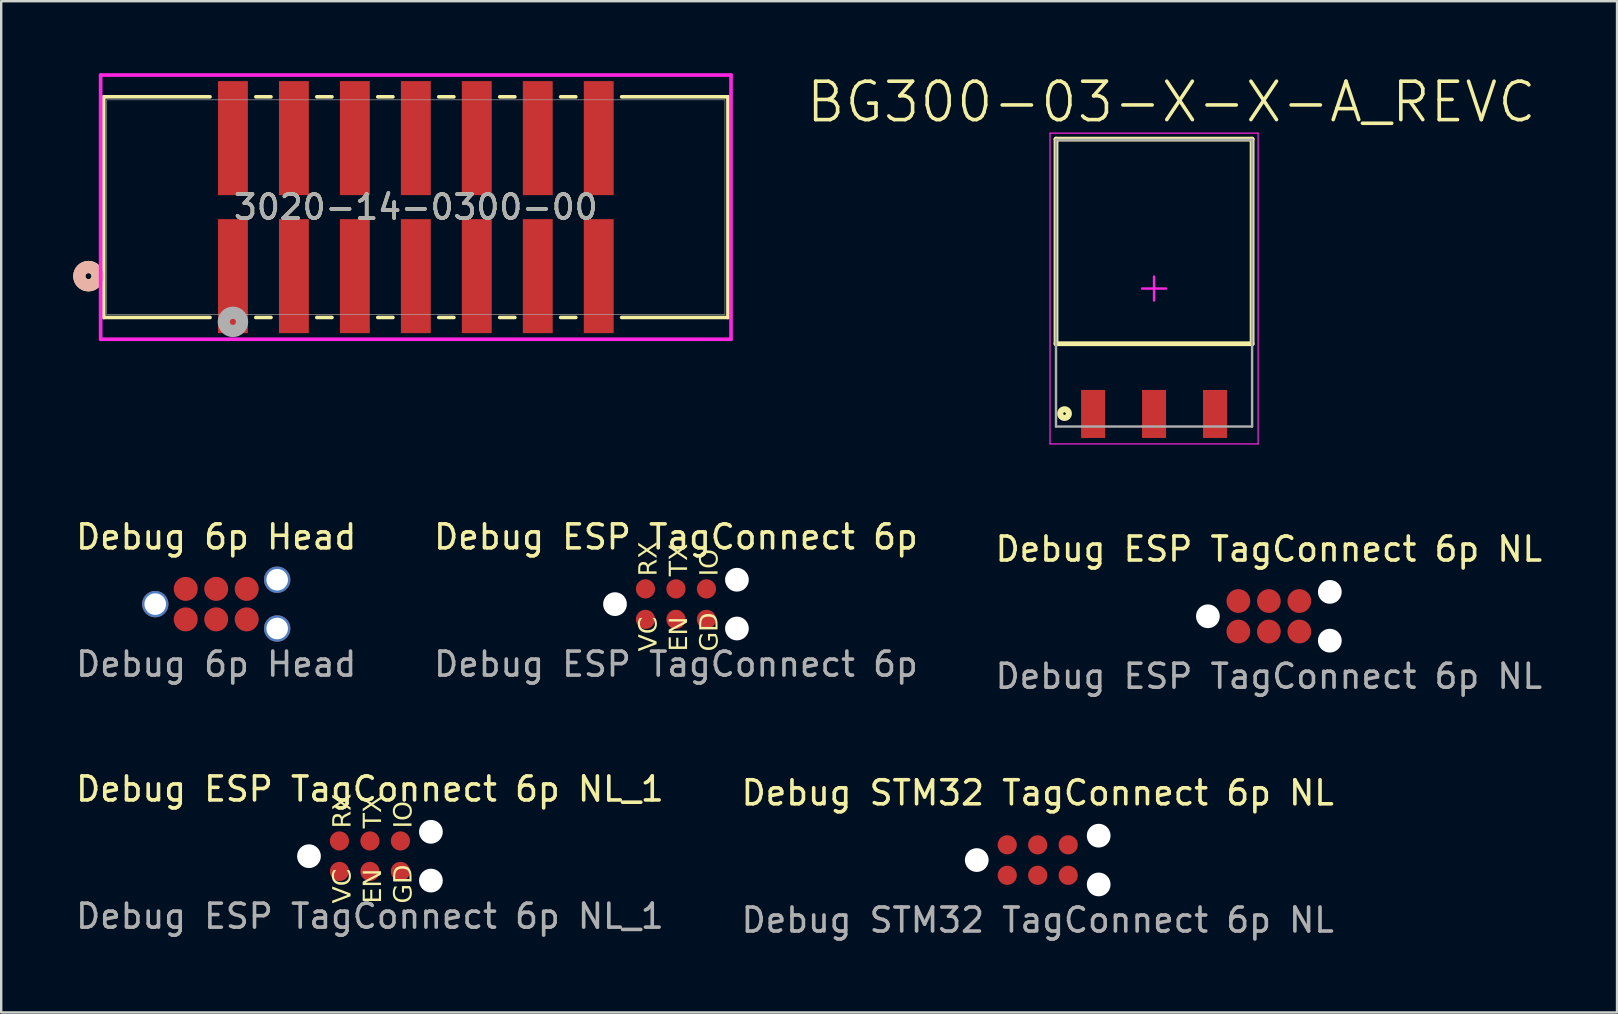
<source format=kicad_pcb>
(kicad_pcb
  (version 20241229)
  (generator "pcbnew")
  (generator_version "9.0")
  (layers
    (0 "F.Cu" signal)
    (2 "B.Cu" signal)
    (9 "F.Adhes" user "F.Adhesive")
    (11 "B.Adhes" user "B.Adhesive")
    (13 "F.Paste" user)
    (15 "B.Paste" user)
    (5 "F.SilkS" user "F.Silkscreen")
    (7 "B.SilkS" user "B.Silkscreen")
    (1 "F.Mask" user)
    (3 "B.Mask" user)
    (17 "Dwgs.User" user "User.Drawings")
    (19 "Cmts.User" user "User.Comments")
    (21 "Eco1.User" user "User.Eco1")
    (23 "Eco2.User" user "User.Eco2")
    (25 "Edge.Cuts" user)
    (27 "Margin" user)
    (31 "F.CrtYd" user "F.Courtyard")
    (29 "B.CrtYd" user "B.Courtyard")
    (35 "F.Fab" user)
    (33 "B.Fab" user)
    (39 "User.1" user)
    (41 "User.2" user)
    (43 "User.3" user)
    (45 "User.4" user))
  (footprint "BG300-03-X-X-A_REVC"
    (layer "F.Cu")
    (at 45.032 8.972)
    (property "Reference" "BG300-03-X-X-A_REVC" (at 0.72 -7.772 0) (layer "F.SilkS") (effects (font (size 1.6 1.6) (thickness 0.15))))
    (attr smd)
    (fp_line (start -4.085 -6.225) (end 4.085 -6.225) (stroke (width 0.2) (type solid)) (layer "F.SilkS"))
    (fp_line (start -4.085 2.3) (end -4.085 -6.225) (stroke (width 0.2) (type solid)) (layer "F.SilkS"))
    (fp_line (start -4.085 2.3) (end 4.085 2.3) (stroke (width 0.2) (type solid)) (layer "F.SilkS"))
    (fp_line (start 4.085 2.3) (end 4.085 -6.225) (stroke (width 0.2) (type solid)) (layer "F.SilkS"))
    (fp_circle (center -3.73 5.21) (end -3.55 5.21) (stroke (width 0.254) (type solid)) (fill no) (layer "F.SilkS"))
    (fp_line (start -4.335 -6.475) (end 4.335 -6.475) (stroke (width 0.05) (type solid)) (layer "F.CrtYd"))
    (fp_line (start -4.335 6.475) (end -4.335 -6.475) (stroke (width 0.05) (type solid)) (layer "F.CrtYd"))
    (fp_line (start -4.335 6.475) (end 4.335 6.475) (stroke (width 0.05) (type solid)) (layer "F.CrtYd"))
    (fp_line (start -0.5 0) (end 0.5 0) (stroke (width 0.1) (type solid)) (layer "F.CrtYd"))
    (fp_line (start 0 0.5) (end 0 -0.5) (stroke (width 0.1) (type solid)) (layer "F.CrtYd"))
    (fp_line (start 4.335 6.475) (end 4.335 -6.475) (stroke (width 0.05) (type solid)) (layer "F.CrtYd"))
    (fp_line (start -4.085 -6.2) (end 4.085 -6.2) (stroke (width 0.1) (type solid)) (layer "F.Fab"))
    (fp_line (start -4.085 5.75) (end -4.085 -6.2) (stroke (width 0.1) (type solid)) (layer "F.Fab"))
    (fp_line (start -4.085 5.75) (end 4.085 5.75) (stroke (width 0.1) (type solid)) (layer "F.Fab"))
    (fp_line (start 4.085 5.75) (end 4.085 -6.2) (stroke (width 0.1) (type solid)) (layer "F.Fab"))
    (pad "1" smd rect (at -2.54 5.225) (size 1 2) (layers "F.Cu" "F.Mask" "F.Paste"))
    (pad "2" smd rect (at 0 5.225) (size 1 2) (layers "F.Cu" "F.Mask" "F.Paste"))
    (pad "3" smd rect (at 2.54 5.225) (size 1 2) (layers "F.Cu" "F.Mask" "F.Paste")))
  (footprint "Debug STM32 TagConnect 6p NL"
    (layer "F.Cu")
    (at 40.185 32.783)
    (property "Reference" "Debug STM32 TagConnect 6p NL" (at 0 -2.8 0) (unlocked yes) (layer "F.SilkS") (effects (font (size 1 1) (thickness 0.15))))
    (attr smd)
    (fp_text user "${REFERENCE}" (at 0 2.5 0) (unlocked yes) (layer "F.Fab") (effects (font (size 1 1) (thickness 0.15))))
    (fp_text user "VCC" (at -0.68 2.65 90) (unlocked yes) (layer "User.2") (effects (font (face "Agency FB") (size 0.75 0.75) (thickness 0.15)) (justify left bottom)))
    (fp_text user "DIO" (at -0.68 -1.28 90) (unlocked yes) (layer "User.2") (effects (font (face "Agency FB") (size 0.75 0.75) (thickness 0.15)) (justify left bottom)))
    (fp_text user "CLK" (at 0.59 -1.28 90) (unlocked yes) (layer "User.2") (effects (font (face "Agency FB") (size 0.75 0.75) (thickness 0.15)) (justify left bottom)))
    (fp_text user "GND" (at 1.86 2.65 90) (unlocked yes) (layer "User.2") (effects (font (face "Agency FB") (size 0.75 0.75) (thickness 0.15)) (justify left bottom)))
    (fp_text user "RST" (at 0.59 2.65 90) (unlocked yes) (layer "User.2") (effects (font (face "Agency FB") (size 0.75 0.75) (thickness 0.15)) (justify left bottom)))
    (fp_text user "SWO" (at 1.86 -1.28 90) (unlocked yes) (layer "User.2") (effects (font (face "Agency FB") (size 0.75 0.75) (thickness 0.15)) (justify left bottom)))
    (pad "" np_thru_hole circle (at -2.54 0) (size 0.99 0.99) (drill 0.99) (layers "*.Cu" "*.Mask"))
    (pad "" np_thru_hole circle (at 2.54 -1.016) (size 0.99 0.99) (drill 0.99) (layers "*.Cu" "*.Mask"))
    (pad "" np_thru_hole circle (at 2.54 1.016) (size 0.99 0.99) (drill 0.99) (layers "*.Cu" "*.Mask"))
    (pad "1" smd circle (at -1.27 0.635) (size 0.8 0.8) (layers "F.Cu" "F.Mask"))
    (pad "2" smd circle (at -1.27 -0.635) (size 0.8 0.8) (layers "F.Cu" "F.Mask"))
    (pad "3" smd circle (at 0 0.635) (size 0.8 0.8) (layers "F.Cu" "F.Mask"))
    (pad "4" smd circle (at 0 -0.635) (size 0.8 0.8) (layers "F.Cu" "F.Mask"))
    (pad "5" smd circle (at 1.27 0.635) (size 0.8 0.8) (layers "F.Cu" "F.Mask"))
    (pad "6" smd circle (at 1.27 -0.635) (size 0.8 0.8) (layers "F.Cu" "F.Mask")))
  (footprint "Debug 6p Head"
    (layer "F.Cu")
    (at 5.958 22.12)
    (property "Reference" "Debug 6p Head" (at 0 -2.8 0) (unlocked yes) (layer "F.SilkS") (effects (font (size 1 1) (thickness 0.15))))
    (attr smd)
    (fp_text user "${REFERENCE}" (at 0 2.5 0) (unlocked yes) (layer "F.Fab") (effects (font (size 1 1) (thickness 0.15))))
    (pad "1" smd circle (at -1.27 0.635) (size 1 1) (layers "F.Cu" "F.Mask"))
    (pad "2" smd circle (at -1.27 -0.635) (size 1 1) (layers "F.Cu" "F.Mask"))
    (pad "3" smd circle (at 0 0.635) (size 1 1) (layers "F.Cu" "F.Mask"))
    (pad "4" smd circle (at 0 -0.635) (size 1 1) (layers "F.Cu" "F.Mask"))
    (pad "5" smd circle (at 1.27 0.635) (size 1 1) (layers "F.Cu" "F.Mask"))
    (pad "6" smd circle (at 1.27 -0.635) (size 1 1) (layers "F.Cu" "F.Mask"))
    (pad "7" thru_hole circle (at -2.54 0) (size 1.1 1.1) (drill 0.9) (layers "*.Cu" "*.Mask"))
    (pad "7" thru_hole circle (at 2.54 -1.016) (size 1.1 1.1) (drill 0.9) (layers "*.Cu" "*.Mask"))
    (pad "7" thru_hole circle (at 2.54 1.016) (size 1.1 1.1) (drill 0.9) (layers "*.Cu" "*.Mask")))
  (footprint "Debug ESP TagConnect 6p NL_1"
    (layer "F.Cu")
    (at 12.363 32.622)
    (property "Reference" "Debug ESP TagConnect 6p NL_1" (at 0 -2.8 0) (unlocked yes) (layer "F.SilkS") (effects (font (size 1 1) (thickness 0.15))))
    (attr smd)
    (fp_text user "EN" (at 0.59 1.97 90) (unlocked yes) (layer "F.SilkS") (effects (font (face "Agency FB") (size 0.75 0.75) (thickness 0.15)) (justify left bottom)))
    (fp_text user "VC" (at -0.68 1.97 90) (unlocked yes) (layer "F.SilkS") (effects (font (face "Agency FB") (size 0.75 0.75) (thickness 0.15)) (justify left bottom)))
    (fp_text user "TX" (at 0.59 -1.16 90) (unlocked yes) (layer "F.SilkS") (effects (font (face "Agency FB") (size 0.75 0.75) (thickness 0.15)) (justify left bottom)))
    (fp_text user "IO" (at 1.86 -1.16 90) (unlocked yes) (layer "F.SilkS") (effects (font (face "Agency FB") (size 0.75 0.75) (thickness 0.15)) (justify left bottom)))
    (fp_text user "RX" (at -0.68 -1.16 90) (unlocked yes) (layer "F.SilkS") (effects (font (face "Agency FB") (size 0.75 0.75) (thickness 0.15)) (justify left bottom)))
    (fp_text user "GD" (at 1.86 1.97 90) (unlocked yes) (layer "F.SilkS") (effects (font (face "Agency FB") (size 0.75 0.75) (thickness 0.15)) (justify left bottom)))
    (fp_text user "${REFERENCE}" (at 0 2.5 0) (unlocked yes) (layer "F.Fab") (effects (font (size 1 1) (thickness 0.15))))
    (pad "" np_thru_hole circle (at -2.54 0) (size 0.99 0.99) (drill 0.99) (layers "*.Cu" "*.Mask"))
    (pad "" np_thru_hole circle (at 2.54 -1.016) (size 0.99 0.99) (drill 0.99) (layers "*.Cu" "*.Mask"))
    (pad "" np_thru_hole circle (at 2.54 1.016) (size 0.99 0.99) (drill 0.99) (layers "*.Cu" "*.Mask"))
    (pad "1" smd circle (at -1.27 0.635) (size 0.8 0.8) (layers "F.Cu" "F.Mask"))
    (pad "2" smd circle (at -1.27 -0.635) (size 0.8 0.8) (layers "F.Cu" "F.Mask"))
    (pad "3" smd circle (at 0 0.635) (size 0.8 0.8) (layers "F.Cu" "F.Mask"))
    (pad "4" smd circle (at 0 -0.635) (size 0.8 0.8) (layers "F.Cu" "F.Mask"))
    (pad "5" smd circle (at 1.27 0.635) (size 0.8 0.8) (layers "F.Cu" "F.Mask"))
    (pad "6" smd circle (at 1.27 -0.635) (size 0.8 0.8) (layers "F.Cu" "F.Mask")))
  (footprint "Debug ESP TagConnect 6p NL"
    (layer "F.Cu")
    (at 49.815 22.626)
    (property "Reference" "Debug ESP TagConnect 6p NL" (at 0 -2.8 0) (unlocked yes) (layer "F.SilkS") (effects (font (size 1 1) (thickness 0.15))))
    (attr smd)
    (fp_text user "${REFERENCE}" (at 0 2.5 0) (unlocked yes) (layer "F.Fab") (effects (font (size 1 1) (thickness 0.15))))
    (fp_text user "RX" (at -0.68 -1.16 90) (unlocked yes) (layer "User.2") (effects (font (face "Agency FB") (size 0.75 0.75) (thickness 0.15)) (justify left bottom)))
    (fp_text user "BOOT" (at 1.86 -1.16 90) (unlocked yes) (layer "User.2") (effects (font (face "Agency FB") (size 0.75 0.75) (thickness 0.15)) (justify left bottom)))
    (fp_text user "TX" (at 0.59 -1.16 90) (unlocked yes) (layer "User.2") (effects (font (face "Agency FB") (size 0.75 0.75) (thickness 0.15)) (justify left bottom)))
    (fp_text user "EN" (at 0.59 1.97 90) (unlocked yes) (layer "User.2") (effects (font (face "Agency FB") (size 0.75 0.75) (thickness 0.15)) (justify left bottom)))
    (fp_text user "GND" (at 1.81 2.51 90) (unlocked yes) (layer "User.2") (effects (font (face "Agency FB") (size 0.75 0.75) (thickness 0.15)) (justify left bottom)))
    (fp_text user "VCC" (at -0.68 2.41 90) (unlocked yes) (layer "User.2") (effects (font (face "Agency FB") (size 0.75 0.75) (thickness 0.15)) (justify left bottom)))
    (pad "" np_thru_hole circle (at -2.54 0) (size 0.99 0.99) (drill 0.99) (layers "*.Cu" "*.Mask"))
    (pad "" np_thru_hole circle (at 2.54 -1.016) (size 0.99 0.99) (drill 0.99) (layers "*.Cu" "*.Mask"))
    (pad "" np_thru_hole circle (at 2.54 1.016) (size 0.99 0.99) (drill 0.99) (layers "*.Cu" "*.Mask"))
    (pad "1" smd circle (at -1.27 0.635) (size 0.99 0.99) (layers "F.Cu" "F.Mask"))
    (pad "2" smd circle (at -1.27 -0.635) (size 0.99 0.99) (layers "F.Cu" "F.Mask"))
    (pad "3" smd circle (at 0 0.635) (size 0.99 0.99) (layers "F.Cu" "F.Mask"))
    (pad "4" smd circle (at 0 -0.635) (size 0.99 0.99) (layers "F.Cu" "F.Mask"))
    (pad "5" smd circle (at 1.27 0.635) (size 0.99 0.99) (layers "F.Cu" "F.Mask"))
    (pad "6" smd circle (at 1.27 -0.635) (size 0.99 0.99) (layers "F.Cu" "F.Mask")))
  (footprint "Debug ESP TagConnect 6p"
    (layer "F.Cu")
    (at 25.113 22.12)
    (property "Reference" "Debug ESP TagConnect 6p" (at 0 -2.8 0) (unlocked yes) (layer "F.SilkS") (effects (font (size 1 1) (thickness 0.15))))
    (attr smd)
    (fp_text user "EN" (at 0.59 1.97 90) (unlocked yes) (layer "F.SilkS") (effects (font (face "Agency FB") (size 0.75 0.75) (thickness 0.15)) (justify left bottom)))
    (fp_text user "TX" (at 0.59 -1.16 90) (unlocked yes) (layer "F.SilkS") (effects (font (face "Agency FB") (size 0.75 0.75) (thickness 0.15)) (justify left bottom)))
    (fp_text user "GD" (at 1.86 1.97 90) (unlocked yes) (layer "F.SilkS") (effects (font (face "Agency FB") (size 0.75 0.75) (thickness 0.15)) (justify left bottom)))
    (fp_text user "IO" (at 1.86 -1.16 90) (unlocked yes) (layer "F.SilkS") (effects (font (face "Agency FB") (size 0.75 0.75) (thickness 0.15)) (justify left bottom)))
    (fp_text user "VC" (at -0.68 1.97 90) (unlocked yes) (layer "F.SilkS") (effects (font (face "Agency FB") (size 0.75 0.75) (thickness 0.15)) (justify left bottom)))
    (fp_text user "RX" (at -0.68 -1.16 90) (unlocked yes) (layer "F.SilkS") (effects (font (face "Agency FB") (size 0.75 0.75) (thickness 0.15)) (justify left bottom)))
    (fp_text user "${REFERENCE}" (at 0 2.5 0) (unlocked yes) (layer "F.Fab") (effects (font (size 1 1) (thickness 0.15))))
    (pad "" np_thru_hole circle (at -2.54 0) (size 0.99 0.99) (drill 0.99) (layers "*.Cu" "*.Mask"))
    (pad "" np_thru_hole circle (at 2.54 -1.016) (size 0.99 0.99) (drill 0.99) (layers "*.Cu" "*.Mask"))
    (pad "" np_thru_hole circle (at 2.54 1.016) (size 0.99 0.99) (drill 0.99) (layers "*.Cu" "*.Mask"))
    (pad "1" smd circle (at -1.27 0.635) (size 0.8 0.8) (layers "F.Cu" "F.Mask"))
    (pad "2" smd circle (at -1.27 -0.635) (size 0.8 0.8) (layers "F.Cu" "F.Mask"))
    (pad "3" smd circle (at 0 0.635) (size 0.8 0.8) (layers "F.Cu" "F.Mask"))
    (pad "4" smd circle (at 0 -0.635) (size 0.8 0.8) (layers "F.Cu" "F.Mask"))
    (pad "5" smd circle (at 1.27 0.635) (size 0.8 0.8) (layers "F.Cu" "F.Mask"))
    (pad "6" smd circle (at 1.27 -0.635) (size 0.8 0.8) (layers "F.Cu" "F.Mask")))
  (footprint "3020-14-0300-00"
    (layer "F.Cu")
    (at 14.275 5.58)
    (property "Reference" "3020-14-0300-00" (at 0 0 0) (unlocked yes) (layer "F.SilkS") (effects (font (size 1 1) (thickness 0.15))))
    (attr smd)
    (fp_line (start -13.005 -4.597) (end -13.005 4.597) (stroke (width 0.152) (type solid)) (layer "F.SilkS"))
    (fp_line (start -13.005 4.597) (end -8.575 4.597) (stroke (width 0.152) (type solid)) (layer "F.SilkS"))
    (fp_line (start -8.575 -4.597) (end -13.005 -4.597) (stroke (width 0.152) (type solid)) (layer "F.SilkS"))
    (fp_line (start -6.665 4.597) (end -6.035 4.597) (stroke (width 0.152) (type solid)) (layer "F.SilkS"))
    (fp_line (start -6.035 -4.597) (end -6.665 -4.597) (stroke (width 0.152) (type solid)) (layer "F.SilkS"))
    (fp_line (start -4.125 4.597) (end -3.495 4.597) (stroke (width 0.152) (type solid)) (layer "F.SilkS"))
    (fp_line (start -3.495 -4.597) (end -4.125 -4.597) (stroke (width 0.152) (type solid)) (layer "F.SilkS"))
    (fp_line (start -1.585 4.597) (end -0.955 4.597) (stroke (width 0.152) (type solid)) (layer "F.SilkS"))
    (fp_line (start -0.955 -4.597) (end -1.585 -4.597) (stroke (width 0.152) (type solid)) (layer "F.SilkS"))
    (fp_line (start 0.955 4.597) (end 1.585 4.597) (stroke (width 0.152) (type solid)) (layer "F.SilkS"))
    (fp_line (start 1.585 -4.597) (end 0.955 -4.597) (stroke (width 0.152) (type solid)) (layer "F.SilkS"))
    (fp_line (start 3.495 4.597) (end 4.125 4.597) (stroke (width 0.152) (type solid)) (layer "F.SilkS"))
    (fp_line (start 4.125 -4.597) (end 3.495 -4.597) (stroke (width 0.152) (type solid)) (layer "F.SilkS"))
    (fp_line (start 6.035 4.597) (end 6.665 4.597) (stroke (width 0.152) (type solid)) (layer "F.SilkS"))
    (fp_line (start 6.665 -4.597) (end 6.035 -4.597) (stroke (width 0.152) (type solid)) (layer "F.SilkS"))
    (fp_line (start 8.575 4.597) (end 13.005 4.597) (stroke (width 0.152) (type solid)) (layer "F.SilkS"))
    (fp_line (start 13.005 -4.597) (end 8.575 -4.597) (stroke (width 0.152) (type solid)) (layer "F.SilkS"))
    (fp_line (start 13.005 4.597) (end 13.005 -4.597) (stroke (width 0.152) (type solid)) (layer "F.SilkS"))
    (fp_circle (center -13.64 2.875) (end -13.259 2.875) (stroke (width 0.508) (type solid)) (fill no) (layer "F.SilkS"))
    (fp_circle (center -13.64 2.875) (end -13.259 2.875) (stroke (width 0.508) (type solid)) (fill no) (layer "B.SilkS"))
    (fp_line (start -13.132 -5.504) (end -13.132 5.504) (stroke (width 0.152) (type solid)) (layer "F.CrtYd"))
    (fp_line (start -13.132 5.504) (end 13.132 5.504) (stroke (width 0.152) (type solid)) (layer "F.CrtYd"))
    (fp_line (start 13.132 -5.504) (end -13.132 -5.504) (stroke (width 0.152) (type solid)) (layer "F.CrtYd"))
    (fp_line (start 13.132 5.504) (end 13.132 -5.504) (stroke (width 0.152) (type solid)) (layer "F.CrtYd"))
    (fp_line (start -12.878 -4.47) (end -12.878 4.47) (stroke (width 0.025) (type solid)) (layer "F.Fab"))
    (fp_line (start -12.878 4.47) (end 12.878 4.47) (stroke (width 0.025) (type solid)) (layer "F.Fab"))
    (fp_line (start 12.878 -4.47) (end -12.878 -4.47) (stroke (width 0.025) (type solid)) (layer "F.Fab"))
    (fp_line (start 12.878 4.47) (end 12.878 -4.47) (stroke (width 0.025) (type solid)) (layer "F.Fab"))
    (fp_circle (center -7.62 4.78) (end -7.239 4.78) (stroke (width 0.508) (type solid)) (fill no) (layer "F.Fab"))
    (fp_text user "${REFERENCE}" (at 0 0 0) (unlocked yes) (layer "F.Fab") (effects (font (size 1 1) (thickness 0.15))))
    (pad "1" smd rect (at -7.62 2.875) (size 1.245 4.75) (layers "F.Cu" "F.Mask" "F.Paste"))
    (pad "2" smd rect (at -7.62 -2.875) (size 1.245 4.75) (layers "F.Cu" "F.Mask" "F.Paste"))
    (pad "3" smd rect (at -5.08 2.875) (size 1.245 4.75) (layers "F.Cu" "F.Mask" "F.Paste"))
    (pad "4" smd rect (at -5.08 -2.875) (size 1.245 4.75) (layers "F.Cu" "F.Mask" "F.Paste"))
    (pad "5" smd rect (at -2.54 2.875) (size 1.245 4.75) (layers "F.Cu" "F.Mask" "F.Paste"))
    (pad "6" smd rect (at -2.54 -2.875) (size 1.245 4.75) (layers "F.Cu" "F.Mask" "F.Paste"))
    (pad "7" smd rect (at 0 2.875) (size 1.245 4.75) (layers "F.Cu" "F.Mask" "F.Paste"))
    (pad "8" smd rect (at 0 -2.875) (size 1.245 4.75) (layers "F.Cu" "F.Mask" "F.Paste"))
    (pad "9" smd rect (at 2.54 2.875) (size 1.245 4.75) (layers "F.Cu" "F.Mask" "F.Paste"))
    (pad "10" smd rect (at 2.54 -2.875) (size 1.245 4.75) (layers "F.Cu" "F.Mask" "F.Paste"))
    (pad "11" smd rect (at 5.08 2.875) (size 1.245 4.75) (layers "F.Cu" "F.Mask" "F.Paste"))
    (pad "12" smd rect (at 5.08 -2.875) (size 1.245 4.75) (layers "F.Cu" "F.Mask" "F.Paste"))
    (pad "13" smd rect (at 7.62 2.875) (size 1.245 4.75) (layers "F.Cu" "F.Mask" "F.Paste"))
    (pad "14" smd rect (at 7.62 -2.875) (size 1.245 4.75) (layers "F.Cu" "F.Mask" "F.Paste")))
  (gr_rect
    (start -3 -3)
    (end 64.321 39.132)
    (stroke (width 0.1) (type default))
    (fill no)
    (layer "Edge.Cuts")))
</source>
